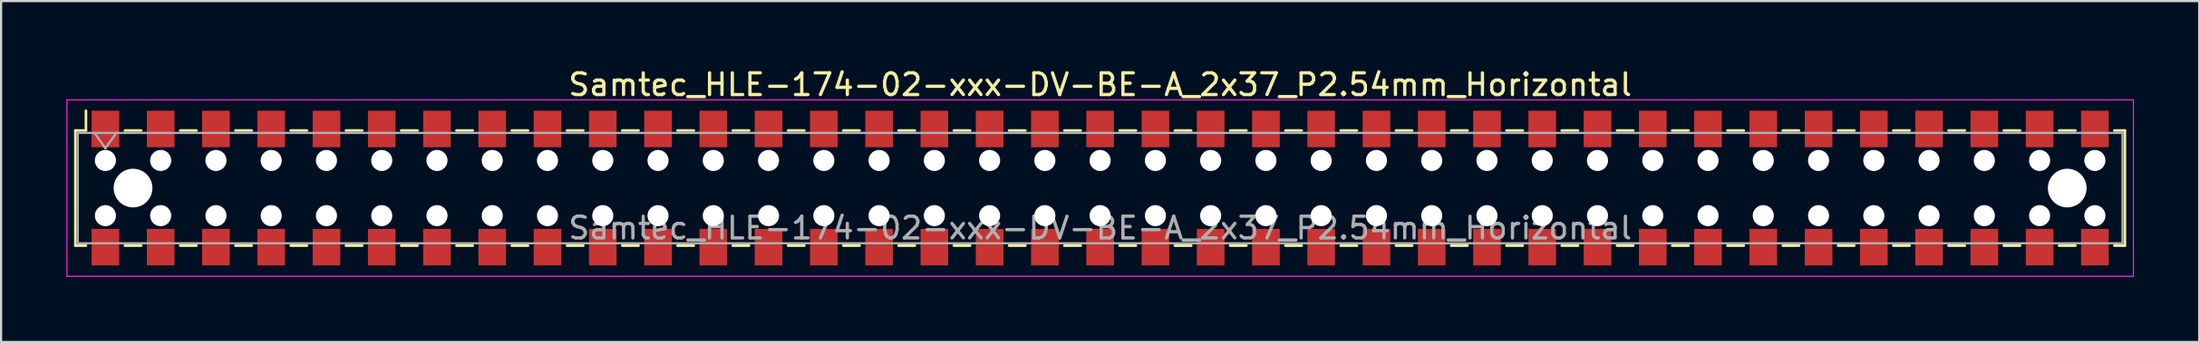
<source format=kicad_pcb>
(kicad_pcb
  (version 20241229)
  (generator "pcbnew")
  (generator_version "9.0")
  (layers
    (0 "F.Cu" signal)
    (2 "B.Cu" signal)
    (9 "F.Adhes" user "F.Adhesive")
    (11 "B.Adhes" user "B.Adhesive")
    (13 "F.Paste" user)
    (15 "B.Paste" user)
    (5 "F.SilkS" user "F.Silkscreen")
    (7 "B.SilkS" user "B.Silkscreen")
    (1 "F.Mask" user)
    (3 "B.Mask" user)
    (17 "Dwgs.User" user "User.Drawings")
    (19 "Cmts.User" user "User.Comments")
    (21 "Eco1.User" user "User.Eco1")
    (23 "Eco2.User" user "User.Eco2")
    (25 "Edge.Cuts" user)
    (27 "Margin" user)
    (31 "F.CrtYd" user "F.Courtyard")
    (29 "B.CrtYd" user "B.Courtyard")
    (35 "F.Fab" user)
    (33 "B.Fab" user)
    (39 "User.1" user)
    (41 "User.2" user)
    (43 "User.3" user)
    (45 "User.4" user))
  (footprint "Samtec_HLE-174-02-xxx-DV-BE-A_2x37_P2.54mm_Horizontal"
    (layer "F.Cu")
    (at 47.515 5.608)
    (property "Reference" "Samtec_HLE-174-02-xxx-DV-BE-A_2x37_P2.54mm_Horizontal" (at 0 -4.76 0) (layer "F.SilkS") (effects (font (size 1 1) (thickness 0.15))))
    (attr smd)
    (fp_line (start -47.1 -2.65) (end -47.1 2.65) (stroke (width 0.12) (type solid)) (layer "F.SilkS"))
    (fp_line (start -47.1 2.65) (end -46.615 2.65) (stroke (width 0.12) (type solid)) (layer "F.SilkS"))
    (fp_line (start -46.615 -3.56) (end -46.615 -2.65) (stroke (width 0.12) (type solid)) (layer "F.SilkS"))
    (fp_line (start -46.615 -2.65) (end -47.1 -2.65) (stroke (width 0.12) (type solid)) (layer "F.SilkS"))
    (fp_line (start -44.825 -2.65) (end -44.075 -2.65) (stroke (width 0.12) (type solid)) (layer "F.SilkS"))
    (fp_line (start -44.825 2.65) (end -44.075 2.65) (stroke (width 0.12) (type solid)) (layer "F.SilkS"))
    (fp_line (start -42.285 -2.65) (end -41.535 -2.65) (stroke (width 0.12) (type solid)) (layer "F.SilkS"))
    (fp_line (start -42.285 2.65) (end -41.535 2.65) (stroke (width 0.12) (type solid)) (layer "F.SilkS"))
    (fp_line (start -39.745 -2.65) (end -38.995 -2.65) (stroke (width 0.12) (type solid)) (layer "F.SilkS"))
    (fp_line (start -39.745 2.65) (end -38.995 2.65) (stroke (width 0.12) (type solid)) (layer "F.SilkS"))
    (fp_line (start -37.205 -2.65) (end -36.455 -2.65) (stroke (width 0.12) (type solid)) (layer "F.SilkS"))
    (fp_line (start -37.205 2.65) (end -36.455 2.65) (stroke (width 0.12) (type solid)) (layer "F.SilkS"))
    (fp_line (start -34.665 -2.65) (end -33.915 -2.65) (stroke (width 0.12) (type solid)) (layer "F.SilkS"))
    (fp_line (start -34.665 2.65) (end -33.915 2.65) (stroke (width 0.12) (type solid)) (layer "F.SilkS"))
    (fp_line (start -32.125 -2.65) (end -31.375 -2.65) (stroke (width 0.12) (type solid)) (layer "F.SilkS"))
    (fp_line (start -32.125 2.65) (end -31.375 2.65) (stroke (width 0.12) (type solid)) (layer "F.SilkS"))
    (fp_line (start -29.585 -2.65) (end -28.835 -2.65) (stroke (width 0.12) (type solid)) (layer "F.SilkS"))
    (fp_line (start -29.585 2.65) (end -28.835 2.65) (stroke (width 0.12) (type solid)) (layer "F.SilkS"))
    (fp_line (start -27.045 -2.65) (end -26.295 -2.65) (stroke (width 0.12) (type solid)) (layer "F.SilkS"))
    (fp_line (start -27.045 2.65) (end -26.295 2.65) (stroke (width 0.12) (type solid)) (layer "F.SilkS"))
    (fp_line (start -24.505 -2.65) (end -23.755 -2.65) (stroke (width 0.12) (type solid)) (layer "F.SilkS"))
    (fp_line (start -24.505 2.65) (end -23.755 2.65) (stroke (width 0.12) (type solid)) (layer "F.SilkS"))
    (fp_line (start -21.965 -2.65) (end -21.215 -2.65) (stroke (width 0.12) (type solid)) (layer "F.SilkS"))
    (fp_line (start -21.965 2.65) (end -21.215 2.65) (stroke (width 0.12) (type solid)) (layer "F.SilkS"))
    (fp_line (start -19.425 -2.65) (end -18.675 -2.65) (stroke (width 0.12) (type solid)) (layer "F.SilkS"))
    (fp_line (start -19.425 2.65) (end -18.675 2.65) (stroke (width 0.12) (type solid)) (layer "F.SilkS"))
    (fp_line (start -16.885 -2.65) (end -16.135 -2.65) (stroke (width 0.12) (type solid)) (layer "F.SilkS"))
    (fp_line (start -16.885 2.65) (end -16.135 2.65) (stroke (width 0.12) (type solid)) (layer "F.SilkS"))
    (fp_line (start -14.345 -2.65) (end -13.595 -2.65) (stroke (width 0.12) (type solid)) (layer "F.SilkS"))
    (fp_line (start -14.345 2.65) (end -13.595 2.65) (stroke (width 0.12) (type solid)) (layer "F.SilkS"))
    (fp_line (start -11.805 -2.65) (end -11.055 -2.65) (stroke (width 0.12) (type solid)) (layer "F.SilkS"))
    (fp_line (start -11.805 2.65) (end -11.055 2.65) (stroke (width 0.12) (type solid)) (layer "F.SilkS"))
    (fp_line (start -9.265 -2.65) (end -8.515 -2.65) (stroke (width 0.12) (type solid)) (layer "F.SilkS"))
    (fp_line (start -9.265 2.65) (end -8.515 2.65) (stroke (width 0.12) (type solid)) (layer "F.SilkS"))
    (fp_line (start -6.725 -2.65) (end -5.975 -2.65) (stroke (width 0.12) (type solid)) (layer "F.SilkS"))
    (fp_line (start -6.725 2.65) (end -5.975 2.65) (stroke (width 0.12) (type solid)) (layer "F.SilkS"))
    (fp_line (start -4.185 -2.65) (end -3.435 -2.65) (stroke (width 0.12) (type solid)) (layer "F.SilkS"))
    (fp_line (start -4.185 2.65) (end -3.435 2.65) (stroke (width 0.12) (type solid)) (layer "F.SilkS"))
    (fp_line (start -1.645 -2.65) (end -0.895 -2.65) (stroke (width 0.12) (type solid)) (layer "F.SilkS"))
    (fp_line (start -1.645 2.65) (end -0.895 2.65) (stroke (width 0.12) (type solid)) (layer "F.SilkS"))
    (fp_line (start 0.895 -2.65) (end 1.645 -2.65) (stroke (width 0.12) (type solid)) (layer "F.SilkS"))
    (fp_line (start 0.895 2.65) (end 1.645 2.65) (stroke (width 0.12) (type solid)) (layer "F.SilkS"))
    (fp_line (start 3.435 -2.65) (end 4.185 -2.65) (stroke (width 0.12) (type solid)) (layer "F.SilkS"))
    (fp_line (start 3.435 2.65) (end 4.185 2.65) (stroke (width 0.12) (type solid)) (layer "F.SilkS"))
    (fp_line (start 5.975 -2.65) (end 6.725 -2.65) (stroke (width 0.12) (type solid)) (layer "F.SilkS"))
    (fp_line (start 5.975 2.65) (end 6.725 2.65) (stroke (width 0.12) (type solid)) (layer "F.SilkS"))
    (fp_line (start 8.515 -2.65) (end 9.265 -2.65) (stroke (width 0.12) (type solid)) (layer "F.SilkS"))
    (fp_line (start 8.515 2.65) (end 9.265 2.65) (stroke (width 0.12) (type solid)) (layer "F.SilkS"))
    (fp_line (start 11.055 -2.65) (end 11.805 -2.65) (stroke (width 0.12) (type solid)) (layer "F.SilkS"))
    (fp_line (start 11.055 2.65) (end 11.805 2.65) (stroke (width 0.12) (type solid)) (layer "F.SilkS"))
    (fp_line (start 13.595 -2.65) (end 14.345 -2.65) (stroke (width 0.12) (type solid)) (layer "F.SilkS"))
    (fp_line (start 13.595 2.65) (end 14.345 2.65) (stroke (width 0.12) (type solid)) (layer "F.SilkS"))
    (fp_line (start 16.135 -2.65) (end 16.885 -2.65) (stroke (width 0.12) (type solid)) (layer "F.SilkS"))
    (fp_line (start 16.135 2.65) (end 16.885 2.65) (stroke (width 0.12) (type solid)) (layer "F.SilkS"))
    (fp_line (start 18.675 -2.65) (end 19.425 -2.65) (stroke (width 0.12) (type solid)) (layer "F.SilkS"))
    (fp_line (start 18.675 2.65) (end 19.425 2.65) (stroke (width 0.12) (type solid)) (layer "F.SilkS"))
    (fp_line (start 21.215 -2.65) (end 21.965 -2.65) (stroke (width 0.12) (type solid)) (layer "F.SilkS"))
    (fp_line (start 21.215 2.65) (end 21.965 2.65) (stroke (width 0.12) (type solid)) (layer "F.SilkS"))
    (fp_line (start 23.755 -2.65) (end 24.505 -2.65) (stroke (width 0.12) (type solid)) (layer "F.SilkS"))
    (fp_line (start 23.755 2.65) (end 24.505 2.65) (stroke (width 0.12) (type solid)) (layer "F.SilkS"))
    (fp_line (start 26.295 -2.65) (end 27.045 -2.65) (stroke (width 0.12) (type solid)) (layer "F.SilkS"))
    (fp_line (start 26.295 2.65) (end 27.045 2.65) (stroke (width 0.12) (type solid)) (layer "F.SilkS"))
    (fp_line (start 28.835 -2.65) (end 29.585 -2.65) (stroke (width 0.12) (type solid)) (layer "F.SilkS"))
    (fp_line (start 28.835 2.65) (end 29.585 2.65) (stroke (width 0.12) (type solid)) (layer "F.SilkS"))
    (fp_line (start 31.375 -2.65) (end 32.125 -2.65) (stroke (width 0.12) (type solid)) (layer "F.SilkS"))
    (fp_line (start 31.375 2.65) (end 32.125 2.65) (stroke (width 0.12) (type solid)) (layer "F.SilkS"))
    (fp_line (start 33.915 -2.65) (end 34.665 -2.65) (stroke (width 0.12) (type solid)) (layer "F.SilkS"))
    (fp_line (start 33.915 2.65) (end 34.665 2.65) (stroke (width 0.12) (type solid)) (layer "F.SilkS"))
    (fp_line (start 36.455 -2.65) (end 37.205 -2.65) (stroke (width 0.12) (type solid)) (layer "F.SilkS"))
    (fp_line (start 36.455 2.65) (end 37.205 2.65) (stroke (width 0.12) (type solid)) (layer "F.SilkS"))
    (fp_line (start 38.995 -2.65) (end 39.745 -2.65) (stroke (width 0.12) (type solid)) (layer "F.SilkS"))
    (fp_line (start 38.995 2.65) (end 39.745 2.65) (stroke (width 0.12) (type solid)) (layer "F.SilkS"))
    (fp_line (start 41.535 -2.65) (end 42.285 -2.65) (stroke (width 0.12) (type solid)) (layer "F.SilkS"))
    (fp_line (start 41.535 2.65) (end 42.285 2.65) (stroke (width 0.12) (type solid)) (layer "F.SilkS"))
    (fp_line (start 44.075 -2.65) (end 44.825 -2.65) (stroke (width 0.12) (type solid)) (layer "F.SilkS"))
    (fp_line (start 44.075 2.65) (end 44.825 2.65) (stroke (width 0.12) (type solid)) (layer "F.SilkS"))
    (fp_line (start 46.615 -2.65) (end 47.1 -2.65) (stroke (width 0.12) (type solid)) (layer "F.SilkS"))
    (fp_line (start 47.1 -2.65) (end 47.1 2.65) (stroke (width 0.12) (type solid)) (layer "F.SilkS"))
    (fp_line (start 47.1 2.65) (end 46.615 2.65) (stroke (width 0.12) (type solid)) (layer "F.SilkS"))
    (fp_line (start -47.49 -4.06) (end 47.49 -4.06) (stroke (width 0.05) (type solid)) (layer "F.CrtYd"))
    (fp_line (start -47.49 4.06) (end -47.49 -4.06) (stroke (width 0.05) (type solid)) (layer "F.CrtYd"))
    (fp_line (start 47.49 -4.06) (end 47.49 4.06) (stroke (width 0.05) (type solid)) (layer "F.CrtYd"))
    (fp_line (start 47.49 4.06) (end -47.49 4.06) (stroke (width 0.05) (type solid)) (layer "F.CrtYd"))
    (fp_line (start -46.99 -2.54) (end 46.99 -2.54) (stroke (width 0.1) (type solid)) (layer "F.Fab"))
    (fp_line (start -46.99 2.54) (end -46.99 -2.54) (stroke (width 0.1) (type solid)) (layer "F.Fab"))
    (fp_line (start -46.22 -2.54) (end -45.72 -1.833) (stroke (width 0.1) (type solid)) (layer "F.Fab"))
    (fp_line (start -45.72 -1.833) (end -45.22 -2.54) (stroke (width 0.1) (type solid)) (layer "F.Fab"))
    (fp_line (start 46.99 -2.54) (end 46.99 2.54) (stroke (width 0.1) (type solid)) (layer "F.Fab"))
    (fp_line (start 46.99 2.54) (end -46.99 2.54) (stroke (width 0.1) (type solid)) (layer "F.Fab"))
    (fp_text user "${REFERENCE}" (at 0 1.84 0) (layer "F.Fab") (effects (font (size 1 1) (thickness 0.15))))
    (pad "" np_thru_hole circle (at -45.72 -1.27) (size 0.97 0.97) (drill 0.97) (layers "*.Cu" "*.Mask"))
    (pad "" np_thru_hole circle (at -45.72 1.27) (size 0.97 0.97) (drill 0.97) (layers "*.Cu" "*.Mask"))
    (pad "" np_thru_hole circle (at -44.45 0) (size 1.78 1.78) (drill 1.78) (layers "*.Cu" "*.Mask"))
    (pad "" np_thru_hole circle (at -43.18 -1.27) (size 0.97 0.97) (drill 0.97) (layers "*.Cu" "*.Mask"))
    (pad "" np_thru_hole circle (at -43.18 1.27) (size 0.97 0.97) (drill 0.97) (layers "*.Cu" "*.Mask"))
    (pad "" np_thru_hole circle (at -40.64 -1.27) (size 0.97 0.97) (drill 0.97) (layers "*.Cu" "*.Mask"))
    (pad "" np_thru_hole circle (at -40.64 1.27) (size 0.97 0.97) (drill 0.97) (layers "*.Cu" "*.Mask"))
    (pad "" np_thru_hole circle (at -38.1 -1.27) (size 0.97 0.97) (drill 0.97) (layers "*.Cu" "*.Mask"))
    (pad "" np_thru_hole circle (at -38.1 1.27) (size 0.97 0.97) (drill 0.97) (layers "*.Cu" "*.Mask"))
    (pad "" np_thru_hole circle (at -35.56 -1.27) (size 0.97 0.97) (drill 0.97) (layers "*.Cu" "*.Mask"))
    (pad "" np_thru_hole circle (at -35.56 1.27) (size 0.97 0.97) (drill 0.97) (layers "*.Cu" "*.Mask"))
    (pad "" np_thru_hole circle (at -33.02 -1.27) (size 0.97 0.97) (drill 0.97) (layers "*.Cu" "*.Mask"))
    (pad "" np_thru_hole circle (at -33.02 1.27) (size 0.97 0.97) (drill 0.97) (layers "*.Cu" "*.Mask"))
    (pad "" np_thru_hole circle (at -30.48 -1.27) (size 0.97 0.97) (drill 0.97) (layers "*.Cu" "*.Mask"))
    (pad "" np_thru_hole circle (at -30.48 1.27) (size 0.97 0.97) (drill 0.97) (layers "*.Cu" "*.Mask"))
    (pad "" np_thru_hole circle (at -27.94 -1.27) (size 0.97 0.97) (drill 0.97) (layers "*.Cu" "*.Mask"))
    (pad "" np_thru_hole circle (at -27.94 1.27) (size 0.97 0.97) (drill 0.97) (layers "*.Cu" "*.Mask"))
    (pad "" np_thru_hole circle (at -25.4 -1.27) (size 0.97 0.97) (drill 0.97) (layers "*.Cu" "*.Mask"))
    (pad "" np_thru_hole circle (at -25.4 1.27) (size 0.97 0.97) (drill 0.97) (layers "*.Cu" "*.Mask"))
    (pad "" np_thru_hole circle (at -22.86 -1.27) (size 0.97 0.97) (drill 0.97) (layers "*.Cu" "*.Mask"))
    (pad "" np_thru_hole circle (at -22.86 1.27) (size 0.97 0.97) (drill 0.97) (layers "*.Cu" "*.Mask"))
    (pad "" np_thru_hole circle (at -20.32 -1.27) (size 0.97 0.97) (drill 0.97) (layers "*.Cu" "*.Mask"))
    (pad "" np_thru_hole circle (at -20.32 1.27) (size 0.97 0.97) (drill 0.97) (layers "*.Cu" "*.Mask"))
    (pad "" np_thru_hole circle (at -17.78 -1.27) (size 0.97 0.97) (drill 0.97) (layers "*.Cu" "*.Mask"))
    (pad "" np_thru_hole circle (at -17.78 1.27) (size 0.97 0.97) (drill 0.97) (layers "*.Cu" "*.Mask"))
    (pad "" np_thru_hole circle (at -15.24 -1.27) (size 0.97 0.97) (drill 0.97) (layers "*.Cu" "*.Mask"))
    (pad "" np_thru_hole circle (at -15.24 1.27) (size 0.97 0.97) (drill 0.97) (layers "*.Cu" "*.Mask"))
    (pad "" np_thru_hole circle (at -12.7 -1.27) (size 0.97 0.97) (drill 0.97) (layers "*.Cu" "*.Mask"))
    (pad "" np_thru_hole circle (at -12.7 1.27) (size 0.97 0.97) (drill 0.97) (layers "*.Cu" "*.Mask"))
    (pad "" np_thru_hole circle (at -10.16 -1.27) (size 0.97 0.97) (drill 0.97) (layers "*.Cu" "*.Mask"))
    (pad "" np_thru_hole circle (at -10.16 1.27) (size 0.97 0.97) (drill 0.97) (layers "*.Cu" "*.Mask"))
    (pad "" np_thru_hole circle (at -7.62 -1.27) (size 0.97 0.97) (drill 0.97) (layers "*.Cu" "*.Mask"))
    (pad "" np_thru_hole circle (at -7.62 1.27) (size 0.97 0.97) (drill 0.97) (layers "*.Cu" "*.Mask"))
    (pad "" np_thru_hole circle (at -5.08 -1.27) (size 0.97 0.97) (drill 0.97) (layers "*.Cu" "*.Mask"))
    (pad "" np_thru_hole circle (at -5.08 1.27) (size 0.97 0.97) (drill 0.97) (layers "*.Cu" "*.Mask"))
    (pad "" np_thru_hole circle (at -2.54 -1.27) (size 0.97 0.97) (drill 0.97) (layers "*.Cu" "*.Mask"))
    (pad "" np_thru_hole circle (at -2.54 1.27) (size 0.97 0.97) (drill 0.97) (layers "*.Cu" "*.Mask"))
    (pad "" np_thru_hole circle (at 0 -1.27) (size 0.97 0.97) (drill 0.97) (layers "*.Cu" "*.Mask"))
    (pad "" np_thru_hole circle (at 0 1.27) (size 0.97 0.97) (drill 0.97) (layers "*.Cu" "*.Mask"))
    (pad "" np_thru_hole circle (at 2.54 -1.27) (size 0.97 0.97) (drill 0.97) (layers "*.Cu" "*.Mask"))
    (pad "" np_thru_hole circle (at 2.54 1.27) (size 0.97 0.97) (drill 0.97) (layers "*.Cu" "*.Mask"))
    (pad "" np_thru_hole circle (at 5.08 -1.27) (size 0.97 0.97) (drill 0.97) (layers "*.Cu" "*.Mask"))
    (pad "" np_thru_hole circle (at 5.08 1.27) (size 0.97 0.97) (drill 0.97) (layers "*.Cu" "*.Mask"))
    (pad "" np_thru_hole circle (at 7.62 -1.27) (size 0.97 0.97) (drill 0.97) (layers "*.Cu" "*.Mask"))
    (pad "" np_thru_hole circle (at 7.62 1.27) (size 0.97 0.97) (drill 0.97) (layers "*.Cu" "*.Mask"))
    (pad "" np_thru_hole circle (at 10.16 -1.27) (size 0.97 0.97) (drill 0.97) (layers "*.Cu" "*.Mask"))
    (pad "" np_thru_hole circle (at 10.16 1.27) (size 0.97 0.97) (drill 0.97) (layers "*.Cu" "*.Mask"))
    (pad "" np_thru_hole circle (at 12.7 -1.27) (size 0.97 0.97) (drill 0.97) (layers "*.Cu" "*.Mask"))
    (pad "" np_thru_hole circle (at 12.7 1.27) (size 0.97 0.97) (drill 0.97) (layers "*.Cu" "*.Mask"))
    (pad "" np_thru_hole circle (at 15.24 -1.27) (size 0.97 0.97) (drill 0.97) (layers "*.Cu" "*.Mask"))
    (pad "" np_thru_hole circle (at 15.24 1.27) (size 0.97 0.97) (drill 0.97) (layers "*.Cu" "*.Mask"))
    (pad "" np_thru_hole circle (at 17.78 -1.27) (size 0.97 0.97) (drill 0.97) (layers "*.Cu" "*.Mask"))
    (pad "" np_thru_hole circle (at 17.78 1.27) (size 0.97 0.97) (drill 0.97) (layers "*.Cu" "*.Mask"))
    (pad "" np_thru_hole circle (at 20.32 -1.27) (size 0.97 0.97) (drill 0.97) (layers "*.Cu" "*.Mask"))
    (pad "" np_thru_hole circle (at 20.32 1.27) (size 0.97 0.97) (drill 0.97) (layers "*.Cu" "*.Mask"))
    (pad "" np_thru_hole circle (at 22.86 -1.27) (size 0.97 0.97) (drill 0.97) (layers "*.Cu" "*.Mask"))
    (pad "" np_thru_hole circle (at 22.86 1.27) (size 0.97 0.97) (drill 0.97) (layers "*.Cu" "*.Mask"))
    (pad "" np_thru_hole circle (at 25.4 -1.27) (size 0.97 0.97) (drill 0.97) (layers "*.Cu" "*.Mask"))
    (pad "" np_thru_hole circle (at 25.4 1.27) (size 0.97 0.97) (drill 0.97) (layers "*.Cu" "*.Mask"))
    (pad "" np_thru_hole circle (at 27.94 -1.27) (size 0.97 0.97) (drill 0.97) (layers "*.Cu" "*.Mask"))
    (pad "" np_thru_hole circle (at 27.94 1.27) (size 0.97 0.97) (drill 0.97) (layers "*.Cu" "*.Mask"))
    (pad "" np_thru_hole circle (at 30.48 -1.27) (size 0.97 0.97) (drill 0.97) (layers "*.Cu" "*.Mask"))
    (pad "" np_thru_hole circle (at 30.48 1.27) (size 0.97 0.97) (drill 0.97) (layers "*.Cu" "*.Mask"))
    (pad "" np_thru_hole circle (at 33.02 -1.27) (size 0.97 0.97) (drill 0.97) (layers "*.Cu" "*.Mask"))
    (pad "" np_thru_hole circle (at 33.02 1.27) (size 0.97 0.97) (drill 0.97) (layers "*.Cu" "*.Mask"))
    (pad "" np_thru_hole circle (at 35.56 -1.27) (size 0.97 0.97) (drill 0.97) (layers "*.Cu" "*.Mask"))
    (pad "" np_thru_hole circle (at 35.56 1.27) (size 0.97 0.97) (drill 0.97) (layers "*.Cu" "*.Mask"))
    (pad "" np_thru_hole circle (at 38.1 -1.27) (size 0.97 0.97) (drill 0.97) (layers "*.Cu" "*.Mask"))
    (pad "" np_thru_hole circle (at 38.1 1.27) (size 0.97 0.97) (drill 0.97) (layers "*.Cu" "*.Mask"))
    (pad "" np_thru_hole circle (at 40.64 -1.27) (size 0.97 0.97) (drill 0.97) (layers "*.Cu" "*.Mask"))
    (pad "" np_thru_hole circle (at 40.64 1.27) (size 0.97 0.97) (drill 0.97) (layers "*.Cu" "*.Mask"))
    (pad "" np_thru_hole circle (at 43.18 -1.27) (size 0.97 0.97) (drill 0.97) (layers "*.Cu" "*.Mask"))
    (pad "" np_thru_hole circle (at 43.18 1.27) (size 0.97 0.97) (drill 0.97) (layers "*.Cu" "*.Mask"))
    (pad "" np_thru_hole circle (at 44.45 0) (size 1.78 1.78) (drill 1.78) (layers "*.Cu" "*.Mask"))
    (pad "" np_thru_hole circle (at 45.72 -1.27) (size 0.97 0.97) (drill 0.97) (layers "*.Cu" "*.Mask"))
    (pad "" np_thru_hole circle (at 45.72 1.27) (size 0.97 0.97) (drill 0.97) (layers "*.Cu" "*.Mask"))
    (pad "1" smd rect (at -45.72 -2.72) (size 1.27 1.68) (layers "F.Cu" "F.Mask" "F.Paste"))
    (pad "2" smd rect (at -45.72 2.72) (size 1.27 1.68) (layers "F.Cu" "F.Mask" "F.Paste"))
    (pad "3" smd rect (at -43.18 -2.72) (size 1.27 1.68) (layers "F.Cu" "F.Mask" "F.Paste"))
    (pad "4" smd rect (at -43.18 2.72) (size 1.27 1.68) (layers "F.Cu" "F.Mask" "F.Paste"))
    (pad "5" smd rect (at -40.64 -2.72) (size 1.27 1.68) (layers "F.Cu" "F.Mask" "F.Paste"))
    (pad "6" smd rect (at -40.64 2.72) (size 1.27 1.68) (layers "F.Cu" "F.Mask" "F.Paste"))
    (pad "7" smd rect (at -38.1 -2.72) (size 1.27 1.68) (layers "F.Cu" "F.Mask" "F.Paste"))
    (pad "8" smd rect (at -38.1 2.72) (size 1.27 1.68) (layers "F.Cu" "F.Mask" "F.Paste"))
    (pad "9" smd rect (at -35.56 -2.72) (size 1.27 1.68) (layers "F.Cu" "F.Mask" "F.Paste"))
    (pad "10" smd rect (at -35.56 2.72) (size 1.27 1.68) (layers "F.Cu" "F.Mask" "F.Paste"))
    (pad "11" smd rect (at -33.02 -2.72) (size 1.27 1.68) (layers "F.Cu" "F.Mask" "F.Paste"))
    (pad "12" smd rect (at -33.02 2.72) (size 1.27 1.68) (layers "F.Cu" "F.Mask" "F.Paste"))
    (pad "13" smd rect (at -30.48 -2.72) (size 1.27 1.68) (layers "F.Cu" "F.Mask" "F.Paste"))
    (pad "14" smd rect (at -30.48 2.72) (size 1.27 1.68) (layers "F.Cu" "F.Mask" "F.Paste"))
    (pad "15" smd rect (at -27.94 -2.72) (size 1.27 1.68) (layers "F.Cu" "F.Mask" "F.Paste"))
    (pad "16" smd rect (at -27.94 2.72) (size 1.27 1.68) (layers "F.Cu" "F.Mask" "F.Paste"))
    (pad "17" smd rect (at -25.4 -2.72) (size 1.27 1.68) (layers "F.Cu" "F.Mask" "F.Paste"))
    (pad "18" smd rect (at -25.4 2.72) (size 1.27 1.68) (layers "F.Cu" "F.Mask" "F.Paste"))
    (pad "19" smd rect (at -22.86 -2.72) (size 1.27 1.68) (layers "F.Cu" "F.Mask" "F.Paste"))
    (pad "20" smd rect (at -22.86 2.72) (size 1.27 1.68) (layers "F.Cu" "F.Mask" "F.Paste"))
    (pad "21" smd rect (at -20.32 -2.72) (size 1.27 1.68) (layers "F.Cu" "F.Mask" "F.Paste"))
    (pad "22" smd rect (at -20.32 2.72) (size 1.27 1.68) (layers "F.Cu" "F.Mask" "F.Paste"))
    (pad "23" smd rect (at -17.78 -2.72) (size 1.27 1.68) (layers "F.Cu" "F.Mask" "F.Paste"))
    (pad "24" smd rect (at -17.78 2.72) (size 1.27 1.68) (layers "F.Cu" "F.Mask" "F.Paste"))
    (pad "25" smd rect (at -15.24 -2.72) (size 1.27 1.68) (layers "F.Cu" "F.Mask" "F.Paste"))
    (pad "26" smd rect (at -15.24 2.72) (size 1.27 1.68) (layers "F.Cu" "F.Mask" "F.Paste"))
    (pad "27" smd rect (at -12.7 -2.72) (size 1.27 1.68) (layers "F.Cu" "F.Mask" "F.Paste"))
    (pad "28" smd rect (at -12.7 2.72) (size 1.27 1.68) (layers "F.Cu" "F.Mask" "F.Paste"))
    (pad "29" smd rect (at -10.16 -2.72) (size 1.27 1.68) (layers "F.Cu" "F.Mask" "F.Paste"))
    (pad "30" smd rect (at -10.16 2.72) (size 1.27 1.68) (layers "F.Cu" "F.Mask" "F.Paste"))
    (pad "31" smd rect (at -7.62 -2.72) (size 1.27 1.68) (layers "F.Cu" "F.Mask" "F.Paste"))
    (pad "32" smd rect (at -7.62 2.72) (size 1.27 1.68) (layers "F.Cu" "F.Mask" "F.Paste"))
    (pad "33" smd rect (at -5.08 -2.72) (size 1.27 1.68) (layers "F.Cu" "F.Mask" "F.Paste"))
    (pad "34" smd rect (at -5.08 2.72) (size 1.27 1.68) (layers "F.Cu" "F.Mask" "F.Paste"))
    (pad "35" smd rect (at -2.54 -2.72) (size 1.27 1.68) (layers "F.Cu" "F.Mask" "F.Paste"))
    (pad "36" smd rect (at -2.54 2.72) (size 1.27 1.68) (layers "F.Cu" "F.Mask" "F.Paste"))
    (pad "37" smd rect (at 0 -2.72) (size 1.27 1.68) (layers "F.Cu" "F.Mask" "F.Paste"))
    (pad "38" smd rect (at 0 2.72) (size 1.27 1.68) (layers "F.Cu" "F.Mask" "F.Paste"))
    (pad "39" smd rect (at 2.54 -2.72) (size 1.27 1.68) (layers "F.Cu" "F.Mask" "F.Paste"))
    (pad "40" smd rect (at 2.54 2.72) (size 1.27 1.68) (layers "F.Cu" "F.Mask" "F.Paste"))
    (pad "41" smd rect (at 5.08 -2.72) (size 1.27 1.68) (layers "F.Cu" "F.Mask" "F.Paste"))
    (pad "42" smd rect (at 5.08 2.72) (size 1.27 1.68) (layers "F.Cu" "F.Mask" "F.Paste"))
    (pad "43" smd rect (at 7.62 -2.72) (size 1.27 1.68) (layers "F.Cu" "F.Mask" "F.Paste"))
    (pad "44" smd rect (at 7.62 2.72) (size 1.27 1.68) (layers "F.Cu" "F.Mask" "F.Paste"))
    (pad "45" smd rect (at 10.16 -2.72) (size 1.27 1.68) (layers "F.Cu" "F.Mask" "F.Paste"))
    (pad "46" smd rect (at 10.16 2.72) (size 1.27 1.68) (layers "F.Cu" "F.Mask" "F.Paste"))
    (pad "47" smd rect (at 12.7 -2.72) (size 1.27 1.68) (layers "F.Cu" "F.Mask" "F.Paste"))
    (pad "48" smd rect (at 12.7 2.72) (size 1.27 1.68) (layers "F.Cu" "F.Mask" "F.Paste"))
    (pad "49" smd rect (at 15.24 -2.72) (size 1.27 1.68) (layers "F.Cu" "F.Mask" "F.Paste"))
    (pad "50" smd rect (at 15.24 2.72) (size 1.27 1.68) (layers "F.Cu" "F.Mask" "F.Paste"))
    (pad "51" smd rect (at 17.78 -2.72) (size 1.27 1.68) (layers "F.Cu" "F.Mask" "F.Paste"))
    (pad "52" smd rect (at 17.78 2.72) (size 1.27 1.68) (layers "F.Cu" "F.Mask" "F.Paste"))
    (pad "53" smd rect (at 20.32 -2.72) (size 1.27 1.68) (layers "F.Cu" "F.Mask" "F.Paste"))
    (pad "54" smd rect (at 20.32 2.72) (size 1.27 1.68) (layers "F.Cu" "F.Mask" "F.Paste"))
    (pad "55" smd rect (at 22.86 -2.72) (size 1.27 1.68) (layers "F.Cu" "F.Mask" "F.Paste"))
    (pad "56" smd rect (at 22.86 2.72) (size 1.27 1.68) (layers "F.Cu" "F.Mask" "F.Paste"))
    (pad "57" smd rect (at 25.4 -2.72) (size 1.27 1.68) (layers "F.Cu" "F.Mask" "F.Paste"))
    (pad "58" smd rect (at 25.4 2.72) (size 1.27 1.68) (layers "F.Cu" "F.Mask" "F.Paste"))
    (pad "59" smd rect (at 27.94 -2.72) (size 1.27 1.68) (layers "F.Cu" "F.Mask" "F.Paste"))
    (pad "60" smd rect (at 27.94 2.72) (size 1.27 1.68) (layers "F.Cu" "F.Mask" "F.Paste"))
    (pad "61" smd rect (at 30.48 -2.72) (size 1.27 1.68) (layers "F.Cu" "F.Mask" "F.Paste"))
    (pad "62" smd rect (at 30.48 2.72) (size 1.27 1.68) (layers "F.Cu" "F.Mask" "F.Paste"))
    (pad "63" smd rect (at 33.02 -2.72) (size 1.27 1.68) (layers "F.Cu" "F.Mask" "F.Paste"))
    (pad "64" smd rect (at 33.02 2.72) (size 1.27 1.68) (layers "F.Cu" "F.Mask" "F.Paste"))
    (pad "65" smd rect (at 35.56 -2.72) (size 1.27 1.68) (layers "F.Cu" "F.Mask" "F.Paste"))
    (pad "66" smd rect (at 35.56 2.72) (size 1.27 1.68) (layers "F.Cu" "F.Mask" "F.Paste"))
    (pad "67" smd rect (at 38.1 -2.72) (size 1.27 1.68) (layers "F.Cu" "F.Mask" "F.Paste"))
    (pad "68" smd rect (at 38.1 2.72) (size 1.27 1.68) (layers "F.Cu" "F.Mask" "F.Paste"))
    (pad "69" smd rect (at 40.64 -2.72) (size 1.27 1.68) (layers "F.Cu" "F.Mask" "F.Paste"))
    (pad "70" smd rect (at 40.64 2.72) (size 1.27 1.68) (layers "F.Cu" "F.Mask" "F.Paste"))
    (pad "71" smd rect (at 43.18 -2.72) (size 1.27 1.68) (layers "F.Cu" "F.Mask" "F.Paste"))
    (pad "72" smd rect (at 43.18 2.72) (size 1.27 1.68) (layers "F.Cu" "F.Mask" "F.Paste"))
    (pad "73" smd rect (at 45.72 -2.72) (size 1.27 1.68) (layers "F.Cu" "F.Mask" "F.Paste"))
    (pad "74" smd rect (at 45.72 2.72) (size 1.27 1.68) (layers "F.Cu" "F.Mask" "F.Paste")))
  (gr_rect
    (start -3 -3)
    (end 98.03 12.693)
    (stroke (width 0.1) (type default))
    (fill no)
    (layer "Edge.Cuts")))
</source>
